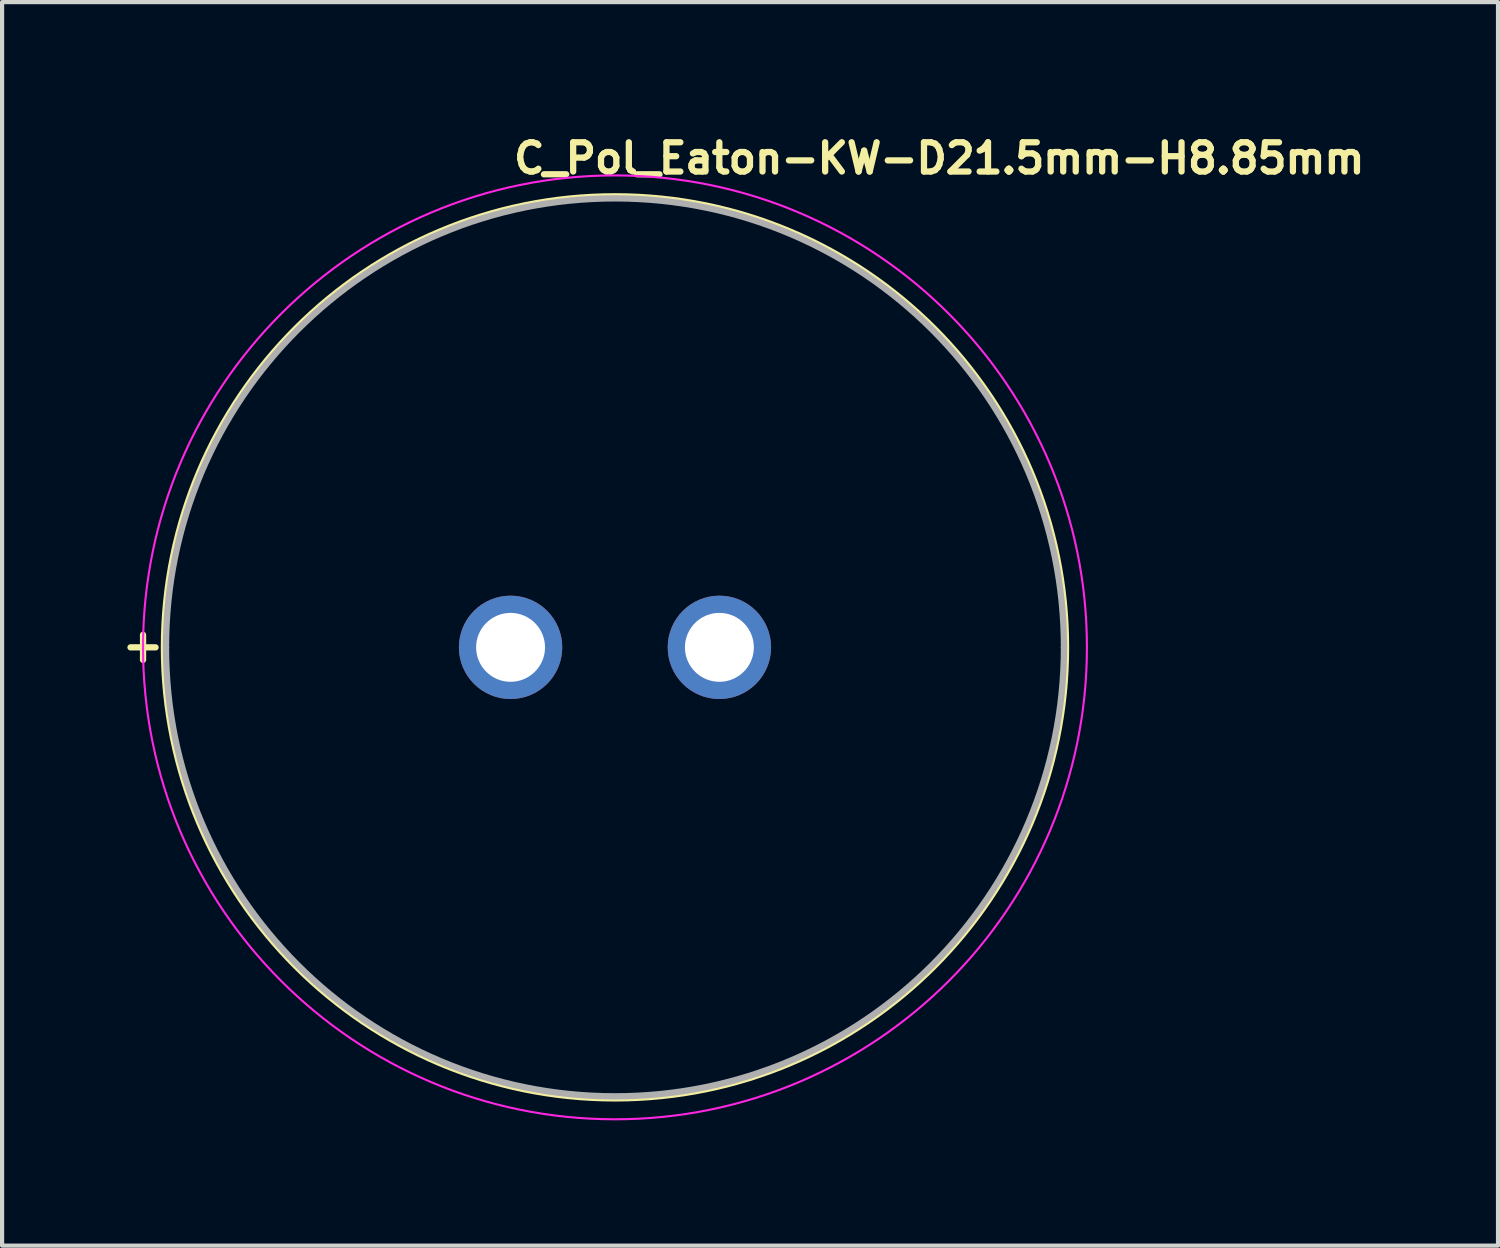
<source format=kicad_pcb>
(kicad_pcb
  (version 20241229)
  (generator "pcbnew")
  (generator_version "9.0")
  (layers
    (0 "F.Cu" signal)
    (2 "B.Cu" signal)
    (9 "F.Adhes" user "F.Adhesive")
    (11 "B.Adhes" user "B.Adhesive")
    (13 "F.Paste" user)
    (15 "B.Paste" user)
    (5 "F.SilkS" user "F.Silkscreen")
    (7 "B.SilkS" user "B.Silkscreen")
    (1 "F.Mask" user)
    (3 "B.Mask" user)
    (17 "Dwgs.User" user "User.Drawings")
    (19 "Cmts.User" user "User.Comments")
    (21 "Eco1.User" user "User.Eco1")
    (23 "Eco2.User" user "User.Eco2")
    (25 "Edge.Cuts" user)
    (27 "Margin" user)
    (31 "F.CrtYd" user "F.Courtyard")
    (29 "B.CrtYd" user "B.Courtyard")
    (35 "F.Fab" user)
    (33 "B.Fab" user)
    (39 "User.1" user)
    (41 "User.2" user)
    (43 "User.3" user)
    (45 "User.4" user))
  (footprint "C_Pol_Eaton-KW-D21.5mm-H8.85mm"
    (layer "F.Cu")
    (at 9.175 12.45)
    (property "Reference" "C_Pol_Eaton-KW-D21.5mm-H8.85mm" (at 0 -11.3 0) (layer "F.SilkS") (effects (font (size 0.7 0.7) (thickness 0.15)) (justify left bottom)))
    (attr through_hole)
    (fp_line (start -8.8 -0.3) (end -8.8 0.3) (stroke (width 0.15) (type solid)) (layer "F.SilkS"))
    (fp_line (start -8.5 0) (end -9.1 0) (stroke (width 0.15) (type solid)) (layer "F.SilkS"))
    (fp_circle (center 2.5 0) (end 13.3 0) (stroke (width 0.15) (type solid)) (fill no) (layer "F.SilkS"))
    (fp_circle (center 2.5 0) (end 13.8 0) (stroke (width 0.05) (type solid)) (fill no) (layer "F.CrtYd"))
    (fp_line (start -8.25 0) (end -8.25 0) (stroke (width 0.15) (type solid)) (layer "F.Fab"))
    (fp_line (start 13.25 0) (end 13.25 0) (stroke (width 0.15) (type solid)) (layer "F.Fab"))
    (fp_arc (start -8.25 0) (mid 2.5 -10.75) (end 13.25 0) (stroke (width 0.15) (type solid)) (layer "F.Fab"))
    (fp_arc (start 13.25 0) (mid 2.5 10.75) (end -8.25 0) (stroke (width 0.15) (type solid)) (layer "F.Fab"))
    (fp_rect (start -8.25 -10.75) (end 13.25 10.75) (stroke (width 0.1) (type solid)) (fill no) (layer "User.5"))
    (fp_line (start -8.25 0) (end -8.226 0.716) (stroke (width 0.02) (type solid)) (layer "User.9"))
    (fp_line (start -8.244 -0.359) (end -8.25 0) (stroke (width 0.02) (type solid)) (layer "User.9"))
    (fp_line (start -8.226 -0.716) (end -8.244 -0.359) (stroke (width 0.02) (type solid)) (layer "User.9"))
    (fp_line (start -8.226 0.716) (end -8.154 1.423) (stroke (width 0.02) (type solid)) (layer "User.9"))
    (fp_line (start -8.196 -1.071) (end -8.226 -0.716) (stroke (width 0.02) (type solid)) (layer "User.9"))
    (fp_line (start -8.154 -1.423) (end -8.196 -1.071) (stroke (width 0.02) (type solid)) (layer "User.9"))
    (fp_line (start -8.154 1.423) (end -8.038 2.12) (stroke (width 0.02) (type solid)) (layer "User.9"))
    (fp_line (start -8.102 -1.773) (end -8.154 -1.423) (stroke (width 0.02) (type solid)) (layer "User.9"))
    (fp_line (start -8.038 -2.12) (end -8.102 -1.773) (stroke (width 0.02) (type solid)) (layer "User.9"))
    (fp_line (start -8.038 2.12) (end -7.877 2.804) (stroke (width 0.02) (type solid)) (layer "User.9"))
    (fp_line (start -7.963 -2.464) (end -8.038 -2.12) (stroke (width 0.02) (type solid)) (layer "User.9"))
    (fp_line (start -7.877 -2.804) (end -7.963 -2.464) (stroke (width 0.02) (type solid)) (layer "User.9"))
    (fp_line (start -7.877 2.804) (end -7.673 3.474) (stroke (width 0.02) (type solid)) (layer "User.9"))
    (fp_line (start -7.78 -3.141) (end -7.877 -2.804) (stroke (width 0.02) (type solid)) (layer "User.9"))
    (fp_line (start -7.673 -3.474) (end -7.78 -3.141) (stroke (width 0.02) (type solid)) (layer "User.9"))
    (fp_line (start -7.673 3.474) (end -7.426 4.127) (stroke (width 0.02) (type solid)) (layer "User.9"))
    (fp_line (start -7.555 -3.802) (end -7.673 -3.474) (stroke (width 0.02) (type solid)) (layer "User.9"))
    (fp_line (start -7.426 -4.127) (end -7.555 -3.802) (stroke (width 0.02) (type solid)) (layer "User.9"))
    (fp_line (start -7.426 4.127) (end -7.138 4.761) (stroke (width 0.02) (type solid)) (layer "User.9"))
    (fp_line (start -7.287 -4.446) (end -7.426 -4.127) (stroke (width 0.02) (type solid)) (layer "User.9"))
    (fp_line (start -7.138 -4.761) (end -7.287 -4.446) (stroke (width 0.02) (type solid)) (layer "User.9"))
    (fp_line (start -7.138 4.761) (end -6.809 5.375) (stroke (width 0.02) (type solid)) (layer "User.9"))
    (fp_line (start -6.809 -5.374) (end -6.978 -5.07) (stroke (width 0.02) (type solid)) (layer "User.9"))
    (fp_line (start -6.809 5.375) (end -6.442 5.966) (stroke (width 0.02) (type solid)) (layer "User.9"))
    (fp_line (start -6.63 -5.673) (end -6.809 -5.374) (stroke (width 0.02) (type solid)) (layer "User.9"))
    (fp_line (start -6.442 -5.966) (end -6.63 -5.673) (stroke (width 0.02) (type solid)) (layer "User.9"))
    (fp_line (start -6.442 5.966) (end -6.037 6.532) (stroke (width 0.02) (type solid)) (layer "User.9"))
    (fp_line (start -6.244 -6.252) (end -6.442 -5.966) (stroke (width 0.02) (type solid)) (layer "User.9"))
    (fp_line (start -6.037 -6.532) (end -6.244 -6.252) (stroke (width 0.02) (type solid)) (layer "User.9"))
    (fp_line (start -6.037 6.532) (end -5.595 7.073) (stroke (width 0.02) (type solid)) (layer "User.9"))
    (fp_line (start -5.82 -6.806) (end -6.037 -6.532) (stroke (width 0.02) (type solid)) (layer "User.9"))
    (fp_line (start -5.595 -7.073) (end -5.82 -6.806) (stroke (width 0.02) (type solid)) (layer "User.9"))
    (fp_line (start -5.595 7.073) (end -5.118 7.585) (stroke (width 0.02) (type solid)) (layer "User.9"))
    (fp_line (start -5.361 -7.332) (end -5.595 -7.073) (stroke (width 0.02) (type solid)) (layer "User.9"))
    (fp_line (start -5.118 -7.585) (end -5.361 -7.332) (stroke (width 0.02) (type solid)) (layer "User.9"))
    (fp_line (start -5.118 7.585) (end -4.606 8.066) (stroke (width 0.02) (type solid)) (layer "User.9"))
    (fp_line (start -4.866 -7.829) (end -5.118 -7.585) (stroke (width 0.02) (type solid)) (layer "User.9"))
    (fp_line (start -4.606 -8.066) (end -4.866 -7.829) (stroke (width 0.02) (type solid)) (layer "User.9"))
    (fp_line (start -4.606 8.066) (end -4.06 8.515) (stroke (width 0.02) (type solid)) (layer "User.9"))
    (fp_line (start -4.337 -8.295) (end -4.606 -8.066) (stroke (width 0.02) (type solid)) (layer "User.9"))
    (fp_line (start -4.06 -8.515) (end -4.337 -8.295) (stroke (width 0.02) (type solid)) (layer "User.9"))
    (fp_line (start -4.06 8.515) (end -3.483 8.93) (stroke (width 0.02) (type solid)) (layer "User.9"))
    (fp_line (start -3.776 -8.727) (end -4.06 -8.515) (stroke (width 0.02) (type solid)) (layer "User.9"))
    (fp_line (start -3.483 -8.93) (end -3.776 -8.727) (stroke (width 0.02) (type solid)) (layer "User.9"))
    (fp_line (start -3.483 8.93) (end -2.874 9.309) (stroke (width 0.02) (type solid)) (layer "User.9"))
    (fp_line (start -3.183 -9.125) (end -3.483 -8.93) (stroke (width 0.02) (type solid)) (layer "User.9"))
    (fp_line (start -2.875 -9.309) (end -3.183 -9.125) (stroke (width 0.02) (type solid)) (layer "User.9"))
    (fp_line (start -2.875 -9.309) (end -2.875 -9.309) (stroke (width 0.02) (type solid)) (layer "User.9"))
    (fp_line (start -2.874 9.309) (end -2.874 9.309) (stroke (width 0.02) (type solid)) (layer "User.9"))
    (fp_line (start -2.874 9.309) (end -2.242 9.647) (stroke (width 0.02) (type solid)) (layer "User.9"))
    (fp_line (start -2.242 -9.647) (end -2.875 -9.309) (stroke (width 0.02) (type solid)) (layer "User.9"))
    (fp_line (start -2.242 9.647) (end -1.594 9.939) (stroke (width 0.02) (type solid)) (layer "User.9"))
    (fp_line (start -1.594 -9.939) (end -2.242 -9.647) (stroke (width 0.02) (type solid)) (layer "User.9"))
    (fp_line (start -1.594 9.939) (end -0.932 10.187) (stroke (width 0.02) (type solid)) (layer "User.9"))
    (fp_line (start -0.932 -10.187) (end -1.594 -9.939) (stroke (width 0.02) (type solid)) (layer "User.9"))
    (fp_line (start -0.932 10.187) (end -0.259 10.389) (stroke (width 0.02) (type solid)) (layer "User.9"))
    (fp_line (start -0.259 -10.389) (end -0.932 -10.187) (stroke (width 0.02) (type solid)) (layer "User.9"))
    (fp_line (start -0.259 10.389) (end 0.422 10.547) (stroke (width 0.02) (type solid)) (layer "User.9"))
    (fp_line (start 0.422 -10.547) (end -0.259 -10.389) (stroke (width 0.02) (type solid)) (layer "User.9"))
    (fp_line (start 0.422 10.547) (end 1.111 10.659) (stroke (width 0.02) (type solid)) (layer "User.9"))
    (fp_line (start 1.111 -10.659) (end 0.422 -10.547) (stroke (width 0.02) (type solid)) (layer "User.9"))
    (fp_line (start 1.111 10.659) (end 1.804 10.727) (stroke (width 0.02) (type solid)) (layer "User.9"))
    (fp_line (start 1.804 -10.727) (end 1.111 -10.659) (stroke (width 0.02) (type solid)) (layer "User.9"))
    (fp_line (start 1.804 10.727) (end 2.5 10.75) (stroke (width 0.02) (type solid)) (layer "User.9"))
    (fp_line (start 2.499 -10.75) (end 1.804 -10.727) (stroke (width 0.02) (type solid)) (layer "User.9"))
    (fp_line (start 2.5 10.75) (end 3.195 10.727) (stroke (width 0.02) (type solid)) (layer "User.9"))
    (fp_line (start 3.195 -10.727) (end 2.499 -10.75) (stroke (width 0.02) (type solid)) (layer "User.9"))
    (fp_line (start 3.195 10.727) (end 3.888 10.659) (stroke (width 0.02) (type solid)) (layer "User.9"))
    (fp_line (start 3.888 -10.659) (end 3.195 -10.727) (stroke (width 0.02) (type solid)) (layer "User.9"))
    (fp_line (start 3.888 10.659) (end 4.577 10.547) (stroke (width 0.02) (type solid)) (layer "User.9"))
    (fp_line (start 4.577 -10.547) (end 3.888 -10.659) (stroke (width 0.02) (type solid)) (layer "User.9"))
    (fp_line (start 4.577 10.547) (end 5.259 10.389) (stroke (width 0.02) (type solid)) (layer "User.9"))
    (fp_line (start 5.259 -10.389) (end 4.577 -10.547) (stroke (width 0.02) (type solid)) (layer "User.9"))
    (fp_line (start 5.259 10.389) (end 5.932 10.187) (stroke (width 0.02) (type solid)) (layer "User.9"))
    (fp_line (start 5.932 -10.187) (end 5.259 -10.389) (stroke (width 0.02) (type solid)) (layer "User.9"))
    (fp_line (start 5.932 10.187) (end 6.594 9.939) (stroke (width 0.02) (type solid)) (layer "User.9"))
    (fp_line (start 6.594 -9.939) (end 5.932 -10.187) (stroke (width 0.02) (type solid)) (layer "User.9"))
    (fp_line (start 6.594 9.939) (end 7.242 9.647) (stroke (width 0.02) (type solid)) (layer "User.9"))
    (fp_line (start 7.242 -9.647) (end 6.594 -9.939) (stroke (width 0.02) (type solid)) (layer "User.9"))
    (fp_line (start 7.242 9.647) (end 7.874 9.309) (stroke (width 0.02) (type solid)) (layer "User.9"))
    (fp_line (start 7.874 9.309) (end 7.874 9.309) (stroke (width 0.02) (type solid)) (layer "User.9"))
    (fp_line (start 7.874 9.309) (end 8.183 9.125) (stroke (width 0.02) (type solid)) (layer "User.9"))
    (fp_line (start 7.875 -9.309) (end 7.242 -9.647) (stroke (width 0.02) (type solid)) (layer "User.9"))
    (fp_line (start 7.875 -9.309) (end 7.875 -9.309) (stroke (width 0.02) (type solid)) (layer "User.9"))
    (fp_line (start 8.183 9.125) (end 8.483 8.93) (stroke (width 0.02) (type solid)) (layer "User.9"))
    (fp_line (start 8.483 -8.93) (end 7.875 -9.309) (stroke (width 0.02) (type solid)) (layer "User.9"))
    (fp_line (start 8.483 8.93) (end 8.776 8.727) (stroke (width 0.02) (type solid)) (layer "User.9"))
    (fp_line (start 8.776 8.727) (end 9.06 8.515) (stroke (width 0.02) (type solid)) (layer "User.9"))
    (fp_line (start 9.06 -8.515) (end 8.483 -8.93) (stroke (width 0.02) (type solid)) (layer "User.9"))
    (fp_line (start 9.06 8.515) (end 9.337 8.295) (stroke (width 0.02) (type solid)) (layer "User.9"))
    (fp_line (start 9.337 8.295) (end 9.606 8.066) (stroke (width 0.02) (type solid)) (layer "User.9"))
    (fp_line (start 9.606 -8.066) (end 9.06 -8.515) (stroke (width 0.02) (type solid)) (layer "User.9"))
    (fp_line (start 9.606 8.066) (end 9.866 7.829) (stroke (width 0.02) (type solid)) (layer "User.9"))
    (fp_line (start 9.866 7.829) (end 10.118 7.585) (stroke (width 0.02) (type solid)) (layer "User.9"))
    (fp_line (start 10.118 -7.585) (end 9.606 -8.066) (stroke (width 0.02) (type solid)) (layer "User.9"))
    (fp_line (start 10.118 7.585) (end 10.361 7.332) (stroke (width 0.02) (type solid)) (layer "User.9"))
    (fp_line (start 10.361 7.332) (end 10.595 7.073) (stroke (width 0.02) (type solid)) (layer "User.9"))
    (fp_line (start 10.595 -7.073) (end 10.118 -7.585) (stroke (width 0.02) (type solid)) (layer "User.9"))
    (fp_line (start 10.595 7.073) (end 10.82 6.806) (stroke (width 0.02) (type solid)) (layer "User.9"))
    (fp_line (start 10.82 6.806) (end 11.037 6.532) (stroke (width 0.02) (type solid)) (layer "User.9"))
    (fp_line (start 11.037 -6.532) (end 10.595 -7.073) (stroke (width 0.02) (type solid)) (layer "User.9"))
    (fp_line (start 11.037 6.532) (end 11.244 6.252) (stroke (width 0.02) (type solid)) (layer "User.9"))
    (fp_line (start 11.244 6.252) (end 11.442 5.966) (stroke (width 0.02) (type solid)) (layer "User.9"))
    (fp_line (start 11.442 -5.966) (end 11.037 -6.532) (stroke (width 0.02) (type solid)) (layer "User.9"))
    (fp_line (start 11.442 5.966) (end 11.63 5.673) (stroke (width 0.02) (type solid)) (layer "User.9"))
    (fp_line (start 11.63 5.673) (end 11.809 5.375) (stroke (width 0.02) (type solid)) (layer "User.9"))
    (fp_line (start 11.809 -5.375) (end 11.442 -5.966) (stroke (width 0.02) (type solid)) (layer "User.9"))
    (fp_line (start 11.809 5.375) (end 11.978 5.07) (stroke (width 0.02) (type solid)) (layer "User.9"))
    (fp_line (start 11.978 5.07) (end 12.138 4.761) (stroke (width 0.02) (type solid)) (layer "User.9"))
    (fp_line (start 12.138 -4.761) (end 11.809 -5.375) (stroke (width 0.02) (type solid)) (layer "User.9"))
    (fp_line (start 12.138 4.761) (end 12.287 4.446) (stroke (width 0.02) (type solid)) (layer "User.9"))
    (fp_line (start 12.287 4.446) (end 12.426 4.127) (stroke (width 0.02) (type solid)) (layer "User.9"))
    (fp_line (start 12.426 -4.127) (end 12.138 -4.761) (stroke (width 0.02) (type solid)) (layer "User.9"))
    (fp_line (start 12.426 4.127) (end 12.555 3.802) (stroke (width 0.02) (type solid)) (layer "User.9"))
    (fp_line (start 12.555 3.802) (end 12.673 3.474) (stroke (width 0.02) (type solid)) (layer "User.9"))
    (fp_line (start 12.673 -3.474) (end 12.426 -4.127) (stroke (width 0.02) (type solid)) (layer "User.9"))
    (fp_line (start 12.673 3.474) (end 12.78 3.141) (stroke (width 0.02) (type solid)) (layer "User.9"))
    (fp_line (start 12.78 3.141) (end 12.877 2.804) (stroke (width 0.02) (type solid)) (layer "User.9"))
    (fp_line (start 12.877 -2.804) (end 12.673 -3.474) (stroke (width 0.02) (type solid)) (layer "User.9"))
    (fp_line (start 12.877 2.804) (end 12.963 2.464) (stroke (width 0.02) (type solid)) (layer "User.9"))
    (fp_line (start 12.963 2.464) (end 13.038 2.12) (stroke (width 0.02) (type solid)) (layer "User.9"))
    (fp_line (start 13.038 -2.12) (end 12.877 -2.804) (stroke (width 0.02) (type solid)) (layer "User.9"))
    (fp_line (start 13.038 2.12) (end 13.102 1.773) (stroke (width 0.02) (type solid)) (layer "User.9"))
    (fp_line (start 13.102 1.773) (end 13.155 1.423) (stroke (width 0.02) (type solid)) (layer "User.9"))
    (fp_line (start 13.155 -1.423) (end 13.038 -2.12) (stroke (width 0.02) (type solid)) (layer "User.9"))
    (fp_line (start 13.155 1.423) (end 13.196 1.071) (stroke (width 0.02) (type solid)) (layer "User.9"))
    (fp_line (start 13.196 1.071) (end 13.226 0.716) (stroke (width 0.02) (type solid)) (layer "User.9"))
    (fp_line (start 13.226 -0.716) (end 13.155 -1.423) (stroke (width 0.02) (type solid)) (layer "User.9"))
    (fp_line (start 13.226 0.716) (end 13.244 0.359) (stroke (width 0.02) (type solid)) (layer "User.9"))
    (fp_line (start 13.244 0.359) (end 13.25 0) (stroke (width 0.02) (type solid)) (layer "User.9"))
    (fp_line (start 13.25 0) (end 13.226 -0.716) (stroke (width 0.02) (type solid)) (layer "User.9"))
    (pad "1" thru_hole circle (at 0 0) (size 2.475 2.475) (drill 1.65) (layers "*.Cu" "*.Mask"))
    (pad "2" thru_hole circle (at 5 0) (size 2.475 2.475) (drill 1.65) (layers "*.Cu" "*.Mask")))
  (gr_rect
    (start -3 -3)
    (end 32.818 26.775)
    (stroke (width 0.1) (type default))
    (fill no)
    (layer "Edge.Cuts")))
</source>
